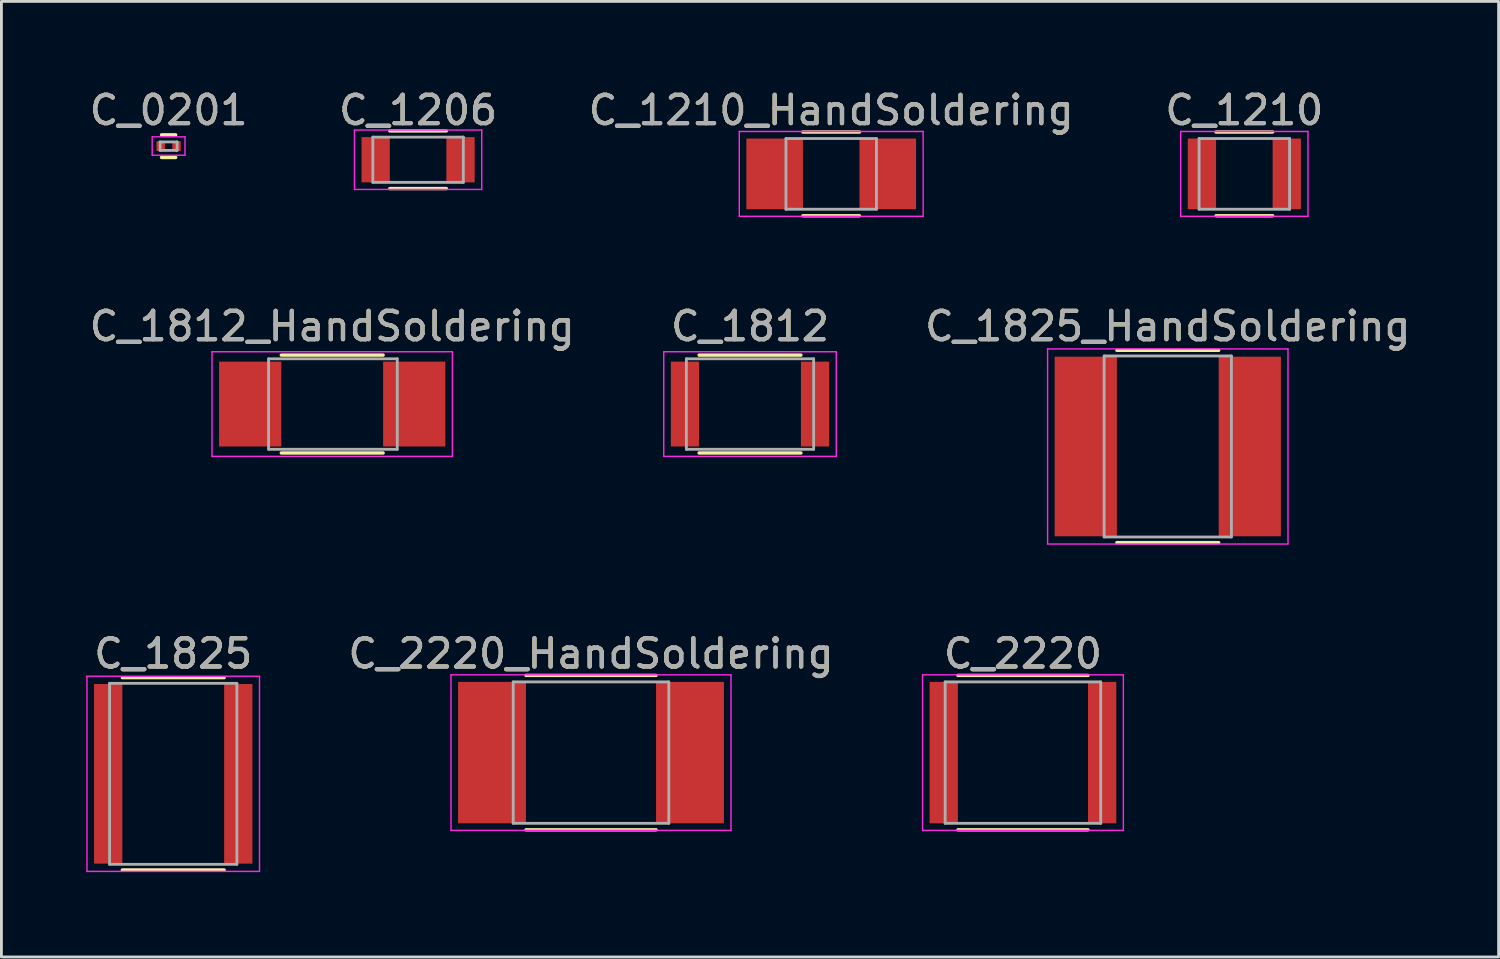
<source format=kicad_pcb>
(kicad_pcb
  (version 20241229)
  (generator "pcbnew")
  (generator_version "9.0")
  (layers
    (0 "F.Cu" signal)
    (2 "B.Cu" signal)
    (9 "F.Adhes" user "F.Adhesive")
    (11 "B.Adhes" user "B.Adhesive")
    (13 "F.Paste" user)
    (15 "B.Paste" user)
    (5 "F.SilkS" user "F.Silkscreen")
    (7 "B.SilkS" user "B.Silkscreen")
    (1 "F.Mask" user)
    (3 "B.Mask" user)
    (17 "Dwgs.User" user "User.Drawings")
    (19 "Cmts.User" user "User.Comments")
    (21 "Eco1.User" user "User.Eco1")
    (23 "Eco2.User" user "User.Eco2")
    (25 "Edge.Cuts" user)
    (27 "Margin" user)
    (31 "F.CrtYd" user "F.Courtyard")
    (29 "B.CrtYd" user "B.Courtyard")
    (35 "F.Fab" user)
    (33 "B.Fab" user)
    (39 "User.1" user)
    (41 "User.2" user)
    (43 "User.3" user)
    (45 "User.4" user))
  (footprint "C_1812_HandSoldering"
    (layer "F.Cu")
    (at 8.696 11.236)
    (property "Reference" "C_1812_HandSoldering" (at 0 -2.75 0) (layer "F.SilkS") (effects (font (size 1 1) (thickness 0.15))))
    (attr smd)
    (fp_line (start -1.8 1.73) (end 1.8 1.73) (stroke (width 0.12) (type solid)) (layer "F.SilkS"))
    (fp_line (start 1.8 -1.73) (end -1.8 -1.73) (stroke (width 0.12) (type solid)) (layer "F.SilkS"))
    (fp_line (start -4.25 -1.85) (end -4.25 1.85) (stroke (width 0.05) (type solid)) (layer "F.CrtYd"))
    (fp_line (start -4.25 -1.85) (end 4.25 -1.85) (stroke (width 0.05) (type solid)) (layer "F.CrtYd"))
    (fp_line (start 4.25 1.85) (end -4.25 1.85) (stroke (width 0.05) (type solid)) (layer "F.CrtYd"))
    (fp_line (start 4.25 1.85) (end 4.25 -1.85) (stroke (width 0.05) (type solid)) (layer "F.CrtYd"))
    (fp_line (start -2.25 -1.6) (end 2.3 -1.6) (stroke (width 0.1) (type solid)) (layer "F.Fab"))
    (fp_line (start -2.25 1.6) (end -2.25 -1.6) (stroke (width 0.1) (type solid)) (layer "F.Fab"))
    (fp_line (start 2.3 -1.6) (end 2.3 1.6) (stroke (width 0.1) (type solid)) (layer "F.Fab"))
    (fp_line (start 2.3 1.6) (end -2.25 1.6) (stroke (width 0.1) (type solid)) (layer "F.Fab"))
    (fp_text user "${REFERENCE}" (at 0 -2.75 0) (layer "F.Fab") (effects (font (size 1 1) (thickness 0.15))))
    (pad "1" smd rect (at -2.9 0) (size 2.2 3) (layers "F.Cu" "F.Mask" "F.Paste"))
    (pad "2" smd rect (at 2.9 0) (size 2.2 3) (layers "F.Cu" "F.Mask" "F.Paste")))
  (footprint "C_2220_HandSoldering"
    (layer "F.Cu")
    (at 17.846 23.56)
    (property "Reference" "C_2220_HandSoldering" (at 0 -3.5 0) (layer "F.SilkS") (effects (font (size 1 1) (thickness 0.15))))
    (attr smd)
    (fp_line (start -2.3 2.73) (end 2.3 2.73) (stroke (width 0.12) (type solid)) (layer "F.SilkS"))
    (fp_line (start 2.3 -2.73) (end -2.3 -2.73) (stroke (width 0.12) (type solid)) (layer "F.SilkS"))
    (fp_line (start -4.95 -2.75) (end -4.95 2.75) (stroke (width 0.05) (type solid)) (layer "F.CrtYd"))
    (fp_line (start -4.95 -2.75) (end 4.95 -2.75) (stroke (width 0.05) (type solid)) (layer "F.CrtYd"))
    (fp_line (start 4.95 2.75) (end -4.95 2.75) (stroke (width 0.05) (type solid)) (layer "F.CrtYd"))
    (fp_line (start 4.95 2.75) (end 4.95 -2.75) (stroke (width 0.05) (type solid)) (layer "F.CrtYd"))
    (fp_line (start -2.75 -2.5) (end 2.75 -2.5) (stroke (width 0.1) (type solid)) (layer "F.Fab"))
    (fp_line (start -2.75 2.5) (end -2.75 -2.5) (stroke (width 0.1) (type solid)) (layer "F.Fab"))
    (fp_line (start 2.75 -2.5) (end 2.75 2.5) (stroke (width 0.1) (type solid)) (layer "F.Fab"))
    (fp_line (start 2.75 2.5) (end -2.75 2.5) (stroke (width 0.1) (type solid)) (layer "F.Fab"))
    (fp_text user "${REFERENCE}" (at 0 -3.5 0) (layer "F.Fab") (effects (font (size 1 1) (thickness 0.15))))
    (pad "1" smd rect (at -3.5 0) (size 2.4 5) (layers "F.Cu" "F.Mask" "F.Paste"))
    (pad "2" smd rect (at 3.5 0) (size 2.4 5) (layers "F.Cu" "F.Mask" "F.Paste")))
  (footprint "C_1825_HandSoldering"
    (layer "F.Cu")
    (at 38.239 12.736)
    (property "Reference" "C_1825_HandSoldering" (at 0 -4.25 0) (layer "F.SilkS") (effects (font (size 1 1) (thickness 0.15))))
    (attr smd)
    (fp_line (start -1.8 3.4) (end 1.8 3.4) (stroke (width 0.12) (type solid)) (layer "F.SilkS"))
    (fp_line (start 1.8 -3.4) (end -1.8 -3.4) (stroke (width 0.12) (type solid)) (layer "F.SilkS"))
    (fp_line (start -4.25 -3.45) (end -4.25 3.45) (stroke (width 0.05) (type solid)) (layer "F.CrtYd"))
    (fp_line (start -4.25 -3.45) (end 4.25 -3.45) (stroke (width 0.05) (type solid)) (layer "F.CrtYd"))
    (fp_line (start 4.25 3.45) (end -4.25 3.45) (stroke (width 0.05) (type solid)) (layer "F.CrtYd"))
    (fp_line (start 4.25 3.45) (end 4.25 -3.45) (stroke (width 0.05) (type solid)) (layer "F.CrtYd"))
    (fp_line (start -2.25 -3.2) (end 2.25 -3.2) (stroke (width 0.1) (type solid)) (layer "F.Fab"))
    (fp_line (start -2.25 3.2) (end -2.25 -3.2) (stroke (width 0.1) (type solid)) (layer "F.Fab"))
    (fp_line (start 2.25 -3.2) (end 2.25 3.2) (stroke (width 0.1) (type solid)) (layer "F.Fab"))
    (fp_line (start 2.25 3.2) (end -2.25 3.2) (stroke (width 0.1) (type solid)) (layer "F.Fab"))
    (fp_text user "${REFERENCE}" (at 0 -4.25 0) (layer "F.Fab") (effects (font (size 1 1) (thickness 0.15))))
    (pad "1" smd rect (at -2.9 0) (size 2.2 6.35) (layers "F.Cu" "F.Mask" "F.Paste"))
    (pad "2" smd rect (at 2.9 0) (size 2.2 6.35) (layers "F.Cu" "F.Mask" "F.Paste")))
  (footprint "C_1812"
    (layer "F.Cu")
    (at 23.468 11.236)
    (property "Reference" "C_1812" (at 0 -2.75 0) (layer "F.SilkS") (effects (font (size 1 1) (thickness 0.15))))
    (attr smd)
    (fp_line (start -1.8 1.73) (end 1.8 1.73) (stroke (width 0.12) (type solid)) (layer "F.SilkS"))
    (fp_line (start 1.8 -1.73) (end -1.8 -1.73) (stroke (width 0.12) (type solid)) (layer "F.SilkS"))
    (fp_line (start -3.05 -1.85) (end -3.05 1.85) (stroke (width 0.05) (type solid)) (layer "F.CrtYd"))
    (fp_line (start -3.05 -1.85) (end 3.05 -1.85) (stroke (width 0.05) (type solid)) (layer "F.CrtYd"))
    (fp_line (start 3.05 1.85) (end -3.05 1.85) (stroke (width 0.05) (type solid)) (layer "F.CrtYd"))
    (fp_line (start 3.05 1.85) (end 3.05 -1.85) (stroke (width 0.05) (type solid)) (layer "F.CrtYd"))
    (fp_line (start -2.25 -1.6) (end 2.25 -1.6) (stroke (width 0.1) (type solid)) (layer "F.Fab"))
    (fp_line (start -2.25 1.6) (end -2.25 -1.6) (stroke (width 0.1) (type solid)) (layer "F.Fab"))
    (fp_line (start 2.25 -1.6) (end 2.25 1.6) (stroke (width 0.1) (type solid)) (layer "F.Fab"))
    (fp_line (start 2.25 1.6) (end -2.25 1.6) (stroke (width 0.1) (type solid)) (layer "F.Fab"))
    (fp_text user "${REFERENCE}" (at 0 -2.75 0) (layer "F.Fab") (effects (font (size 1 1) (thickness 0.15))))
    (pad "1" smd rect (at -2.3 0) (size 1 3) (layers "F.Cu" "F.Mask" "F.Paste"))
    (pad "2" smd rect (at 2.3 0) (size 1 3) (layers "F.Cu" "F.Mask" "F.Paste")))
  (footprint "C_0201"
    (layer "F.Cu")
    (at 2.911 2.118)
    (property "Reference" "C_0201" (at 0 -1.27 0) (layer "F.SilkS") (effects (font (size 1 1) (thickness 0.15))))
    (attr smd)
    (fp_line (start -0.25 -0.4) (end 0.25 -0.4) (stroke (width 0.12) (type solid)) (layer "F.SilkS"))
    (fp_line (start 0.25 0.4) (end -0.25 0.4) (stroke (width 0.12) (type solid)) (layer "F.SilkS"))
    (fp_line (start -0.58 -0.33) (end -0.58 0.32) (stroke (width 0.05) (type solid)) (layer "F.CrtYd"))
    (fp_line (start -0.58 -0.33) (end 0.58 -0.33) (stroke (width 0.05) (type solid)) (layer "F.CrtYd"))
    (fp_line (start 0.58 0.32) (end -0.58 0.32) (stroke (width 0.05) (type solid)) (layer "F.CrtYd"))
    (fp_line (start 0.58 0.32) (end 0.58 -0.33) (stroke (width 0.05) (type solid)) (layer "F.CrtYd"))
    (fp_line (start -0.3 -0.15) (end 0.3 -0.15) (stroke (width 0.1) (type solid)) (layer "F.Fab"))
    (fp_line (start -0.3 0.15) (end -0.3 -0.15) (stroke (width 0.1) (type solid)) (layer "F.Fab"))
    (fp_line (start 0.3 -0.15) (end 0.3 0.15) (stroke (width 0.1) (type solid)) (layer "F.Fab"))
    (fp_line (start 0.3 0.15) (end -0.3 0.15) (stroke (width 0.1) (type solid)) (layer "F.Fab"))
    (fp_text user "${REFERENCE}" (at 0 -1.27 0) (layer "F.Fab") (effects (font (size 1 1) (thickness 0.15))))
    (pad "1" smd rect (at -0.28 0) (size 0.3 0.35) (layers "F.Cu" "F.Mask" "F.Paste"))
    (pad "2" smd rect (at 0.28 0) (size 0.3 0.35) (layers "F.Cu" "F.Mask" "F.Paste")))
  (footprint "C_2220"
    (layer "F.Cu")
    (at 33.118 23.56)
    (property "Reference" "C_2220" (at 0 -3.5 0) (layer "F.SilkS") (effects (font (size 1 1) (thickness 0.15))))
    (attr smd)
    (fp_line (start -2.3 2.73) (end 2.3 2.73) (stroke (width 0.12) (type solid)) (layer "F.SilkS"))
    (fp_line (start 2.3 -2.73) (end -2.3 -2.73) (stroke (width 0.12) (type solid)) (layer "F.SilkS"))
    (fp_line (start -3.55 -2.75) (end -3.55 2.75) (stroke (width 0.05) (type solid)) (layer "F.CrtYd"))
    (fp_line (start -3.55 -2.75) (end 3.55 -2.75) (stroke (width 0.05) (type solid)) (layer "F.CrtYd"))
    (fp_line (start 3.55 2.75) (end -3.55 2.75) (stroke (width 0.05) (type solid)) (layer "F.CrtYd"))
    (fp_line (start 3.55 2.75) (end 3.55 -2.75) (stroke (width 0.05) (type solid)) (layer "F.CrtYd"))
    (fp_line (start -2.75 -2.5) (end 2.75 -2.5) (stroke (width 0.1) (type solid)) (layer "F.Fab"))
    (fp_line (start -2.75 2.5) (end -2.75 -2.5) (stroke (width 0.1) (type solid)) (layer "F.Fab"))
    (fp_line (start 2.75 -2.5) (end 2.75 2.5) (stroke (width 0.1) (type solid)) (layer "F.Fab"))
    (fp_line (start 2.75 2.5) (end -2.75 2.5) (stroke (width 0.1) (type solid)) (layer "F.Fab"))
    (fp_text user "${REFERENCE}" (at 0 -3.5 0) (layer "F.Fab") (effects (font (size 1 1) (thickness 0.15))))
    (pad "1" smd rect (at -2.8 0) (size 1 5) (layers "F.Cu" "F.Mask" "F.Paste"))
    (pad "2" smd rect (at 2.8 0) (size 1 5) (layers "F.Cu" "F.Mask" "F.Paste")))
  (footprint "C_1206"
    (layer "F.Cu")
    (at 11.732 2.598)
    (property "Reference" "C_1206" (at 0 -1.75 0) (layer "F.SilkS") (effects (font (size 1 1) (thickness 0.15))))
    (attr smd)
    (fp_line (start -1 1.02) (end 1 1.02) (stroke (width 0.12) (type solid)) (layer "F.SilkS"))
    (fp_line (start 1 -1.02) (end -1 -1.02) (stroke (width 0.12) (type solid)) (layer "F.SilkS"))
    (fp_line (start -2.25 -1.05) (end -2.25 1.05) (stroke (width 0.05) (type solid)) (layer "F.CrtYd"))
    (fp_line (start -2.25 -1.05) (end 2.25 -1.05) (stroke (width 0.05) (type solid)) (layer "F.CrtYd"))
    (fp_line (start 2.25 1.05) (end -2.25 1.05) (stroke (width 0.05) (type solid)) (layer "F.CrtYd"))
    (fp_line (start 2.25 1.05) (end 2.25 -1.05) (stroke (width 0.05) (type solid)) (layer "F.CrtYd"))
    (fp_line (start -1.6 -0.8) (end 1.6 -0.8) (stroke (width 0.1) (type solid)) (layer "F.Fab"))
    (fp_line (start -1.6 0.8) (end -1.6 -0.8) (stroke (width 0.1) (type solid)) (layer "F.Fab"))
    (fp_line (start 1.6 -0.8) (end 1.6 0.8) (stroke (width 0.1) (type solid)) (layer "F.Fab"))
    (fp_line (start 1.6 0.8) (end -1.6 0.8) (stroke (width 0.1) (type solid)) (layer "F.Fab"))
    (fp_text user "${REFERENCE}" (at 0 -1.75 0) (layer "F.Fab") (effects (font (size 1 1) (thickness 0.15))))
    (pad "1" smd rect (at -1.5 0) (size 1 1.6) (layers "F.Cu" "F.Mask" "F.Paste"))
    (pad "2" smd rect (at 1.5 0) (size 1 1.6) (layers "F.Cu" "F.Mask" "F.Paste")))
  (footprint "C_1825"
    (layer "F.Cu")
    (at 3.075 24.31)
    (property "Reference" "C_1825" (at 0 -4.25 0) (layer "F.SilkS") (effects (font (size 1 1) (thickness 0.15))))
    (attr smd)
    (fp_line (start -1.8 3.4) (end 1.8 3.4) (stroke (width 0.12) (type solid)) (layer "F.SilkS"))
    (fp_line (start 1.8 -3.4) (end -1.8 -3.4) (stroke (width 0.12) (type solid)) (layer "F.SilkS"))
    (fp_line (start -3.05 -3.45) (end -3.05 3.45) (stroke (width 0.05) (type solid)) (layer "F.CrtYd"))
    (fp_line (start -3.05 -3.45) (end 3.05 -3.45) (stroke (width 0.05) (type solid)) (layer "F.CrtYd"))
    (fp_line (start 3.05 3.45) (end -3.05 3.45) (stroke (width 0.05) (type solid)) (layer "F.CrtYd"))
    (fp_line (start 3.05 3.45) (end 3.05 -3.45) (stroke (width 0.05) (type solid)) (layer "F.CrtYd"))
    (fp_line (start -2.25 -3.2) (end 2.25 -3.2) (stroke (width 0.1) (type solid)) (layer "F.Fab"))
    (fp_line (start -2.25 3.2) (end -2.25 -3.2) (stroke (width 0.1) (type solid)) (layer "F.Fab"))
    (fp_line (start 2.25 -3.2) (end 2.25 3.2) (stroke (width 0.1) (type solid)) (layer "F.Fab"))
    (fp_line (start 2.25 3.2) (end -2.25 3.2) (stroke (width 0.1) (type solid)) (layer "F.Fab"))
    (fp_text user "${REFERENCE}" (at 0 -4.25 0) (layer "F.Fab") (effects (font (size 1 1) (thickness 0.15))))
    (pad "1" smd rect (at -2.3 0) (size 1 6.35) (layers "F.Cu" "F.Mask" "F.Paste"))
    (pad "2" smd rect (at 2.3 0) (size 1 6.35) (layers "F.Cu" "F.Mask" "F.Paste")))
  (footprint "C_1210_HandSoldering"
    (layer "F.Cu")
    (at 26.339 3.098)
    (property "Reference" "C_1210_HandSoldering" (at 0 -2.25 0) (layer "F.SilkS") (effects (font (size 1 1) (thickness 0.15))))
    (attr smd)
    (fp_line (start -1 1.48) (end 1 1.48) (stroke (width 0.12) (type solid)) (layer "F.SilkS"))
    (fp_line (start 1 -1.48) (end -1 -1.48) (stroke (width 0.12) (type solid)) (layer "F.SilkS"))
    (fp_line (start -3.25 -1.5) (end -3.25 1.5) (stroke (width 0.05) (type solid)) (layer "F.CrtYd"))
    (fp_line (start -3.25 -1.5) (end 3.25 -1.5) (stroke (width 0.05) (type solid)) (layer "F.CrtYd"))
    (fp_line (start 3.25 1.5) (end -3.25 1.5) (stroke (width 0.05) (type solid)) (layer "F.CrtYd"))
    (fp_line (start 3.25 1.5) (end 3.25 -1.5) (stroke (width 0.05) (type solid)) (layer "F.CrtYd"))
    (fp_line (start -1.6 -1.25) (end 1.6 -1.25) (stroke (width 0.1) (type solid)) (layer "F.Fab"))
    (fp_line (start -1.6 1.25) (end -1.6 -1.25) (stroke (width 0.1) (type solid)) (layer "F.Fab"))
    (fp_line (start 1.6 -1.25) (end 1.6 1.25) (stroke (width 0.1) (type solid)) (layer "F.Fab"))
    (fp_line (start 1.6 1.25) (end -1.6 1.25) (stroke (width 0.1) (type solid)) (layer "F.Fab"))
    (fp_text user "${REFERENCE}" (at 0 -2.25 0) (layer "F.Fab") (effects (font (size 1 1) (thickness 0.15))))
    (pad "1" smd rect (at -2 0) (size 2 2.5) (layers "F.Cu" "F.Mask" "F.Paste"))
    (pad "2" smd rect (at 2 0) (size 2 2.5) (layers "F.Cu" "F.Mask" "F.Paste")))
  (footprint "C_1210"
    (layer "F.Cu")
    (at 40.946 3.098)
    (property "Reference" "C_1210" (at 0 -2.25 0) (layer "F.SilkS") (effects (font (size 1 1) (thickness 0.15))))
    (attr smd)
    (fp_line (start -1 1.48) (end 1 1.48) (stroke (width 0.12) (type solid)) (layer "F.SilkS"))
    (fp_line (start 1 -1.48) (end -1 -1.48) (stroke (width 0.12) (type solid)) (layer "F.SilkS"))
    (fp_line (start -2.25 -1.5) (end -2.25 1.5) (stroke (width 0.05) (type solid)) (layer "F.CrtYd"))
    (fp_line (start -2.25 -1.5) (end 2.25 -1.5) (stroke (width 0.05) (type solid)) (layer "F.CrtYd"))
    (fp_line (start 2.25 1.5) (end -2.25 1.5) (stroke (width 0.05) (type solid)) (layer "F.CrtYd"))
    (fp_line (start 2.25 1.5) (end 2.25 -1.5) (stroke (width 0.05) (type solid)) (layer "F.CrtYd"))
    (fp_line (start -1.6 -1.25) (end 1.6 -1.25) (stroke (width 0.1) (type solid)) (layer "F.Fab"))
    (fp_line (start -1.6 1.25) (end -1.6 -1.25) (stroke (width 0.1) (type solid)) (layer "F.Fab"))
    (fp_line (start 1.6 -1.25) (end 1.6 1.25) (stroke (width 0.1) (type solid)) (layer "F.Fab"))
    (fp_line (start 1.6 1.25) (end -1.6 1.25) (stroke (width 0.1) (type solid)) (layer "F.Fab"))
    (fp_text user "${REFERENCE}" (at 0 -2.25 0) (layer "F.Fab") (effects (font (size 1 1) (thickness 0.15))))
    (pad "1" smd rect (at -1.5 0) (size 1 2.5) (layers "F.Cu" "F.Mask" "F.Paste"))
    (pad "2" smd rect (at 1.5 0) (size 1 2.5) (layers "F.Cu" "F.Mask" "F.Paste")))
  (gr_rect
    (start -3 -3)
    (end 49.936 30.785)
    (stroke (width 0.1) (type default))
    (fill no)
    (layer "Edge.Cuts")))
</source>
